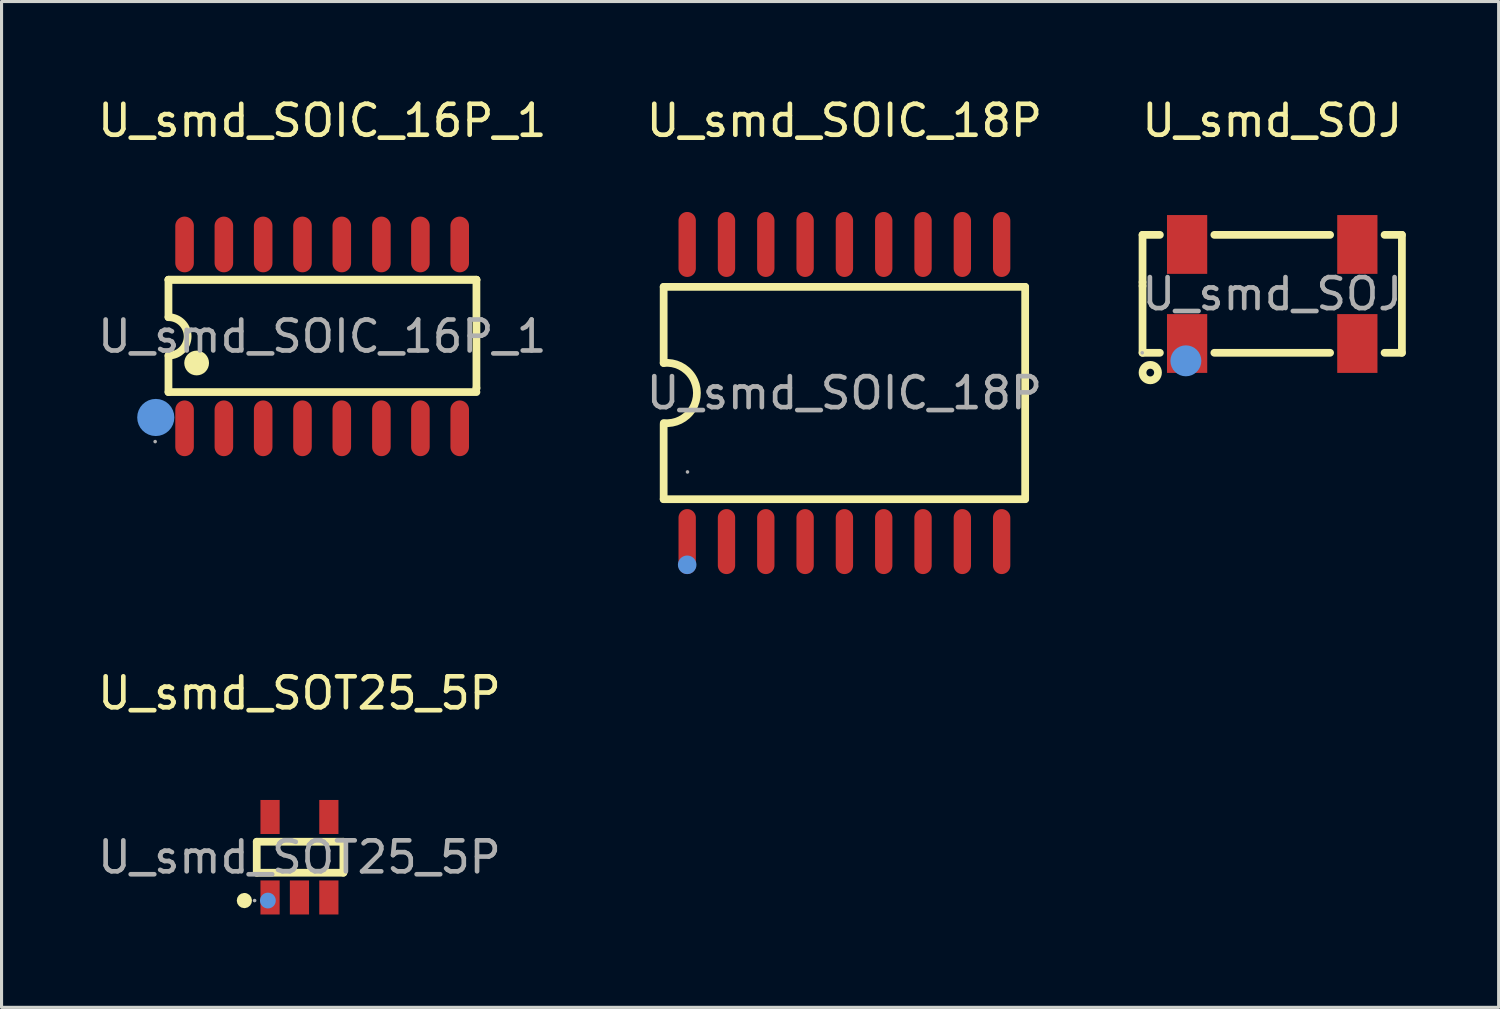
<source format=kicad_pcb>
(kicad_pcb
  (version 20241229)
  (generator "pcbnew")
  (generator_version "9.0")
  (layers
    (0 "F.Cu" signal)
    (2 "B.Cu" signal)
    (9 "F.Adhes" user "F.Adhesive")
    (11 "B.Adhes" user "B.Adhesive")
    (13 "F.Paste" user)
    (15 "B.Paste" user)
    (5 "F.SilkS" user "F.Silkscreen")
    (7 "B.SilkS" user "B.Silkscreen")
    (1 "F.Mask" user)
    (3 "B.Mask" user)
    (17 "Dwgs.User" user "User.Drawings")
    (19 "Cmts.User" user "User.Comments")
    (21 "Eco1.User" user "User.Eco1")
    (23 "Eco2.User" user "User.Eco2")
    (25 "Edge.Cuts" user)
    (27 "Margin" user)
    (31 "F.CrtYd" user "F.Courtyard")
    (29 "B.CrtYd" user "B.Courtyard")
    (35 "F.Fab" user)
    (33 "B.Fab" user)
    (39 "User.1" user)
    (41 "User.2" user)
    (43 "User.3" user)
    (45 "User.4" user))
  (footprint "U_smd_SOT25_5P"
    (layer "F.Cu")
    (at 6.625 24.646)
    (property "Reference" "U_smd_SOT25_5P" (at 0 -5.3 0) (layer "F.SilkS") (effects (font (size 1 1) (thickness 0.15))))
    (attr smd)
    (fp_line (start -1.38 -0.5) (end 1.42 -0.5) (stroke (width 0.25) (type solid)) (layer "F.SilkS"))
    (fp_line (start -1.38 0.5) (end -1.38 -0.5) (stroke (width 0.25) (type solid)) (layer "F.SilkS"))
    (fp_line (start 1.42 -0.5) (end 1.42 0.5) (stroke (width 0.25) (type solid)) (layer "F.SilkS"))
    (fp_line (start 1.42 0.5) (end -1.38 0.5) (stroke (width 0.25) (type solid)) (layer "F.SilkS"))
    (fp_arc (start -1.780034 1.520416) (mid -1.784987 1.279687) (end -1.77 1.52) (stroke (width 0.25) (type solid)) (layer "F.SilkS"))
    (fp_circle (center -1.02 1.4) (end -0.89 1.4) (stroke (width 0.25) (type solid)) (fill no) (layer "Cmts.User"))
    (fp_circle (center -1.45 1.4) (end -1.42 1.4) (stroke (width 0.06) (type solid)) (fill no) (layer "F.Fab"))
    (fp_text user "${REFERENCE}" (at 0 0 0) (layer "F.Fab") (effects (font (size 1 1) (thickness 0.15))))
    (pad "1" smd rect (at -0.95 1.3) (size 0.62 1.1) (layers "F.Cu" "F.Mask" "F.Paste"))
    (pad "2" smd rect (at 0 1.3) (size 0.62 1.1) (layers "F.Cu" "F.Mask" "F.Paste"))
    (pad "3" smd rect (at 0.95 1.3) (size 0.62 1.1) (layers "F.Cu" "F.Mask" "F.Paste"))
    (pad "4" smd rect (at 0.95 -1.3) (size 0.62 1.1) (layers "F.Cu" "F.Mask" "F.Paste"))
    (pad "5" smd rect (at -0.95 -1.3) (size 0.62 1.1) (layers "F.Cu" "F.Mask" "F.Paste")))
  (footprint "U_smd_SOIC_16P_1"
    (layer "F.Cu")
    (at 7.363 7.818)
    (property "Reference" "U_smd_SOIC_16P_1" (at 0 -6.97 0) (layer "F.SilkS") (effects (font (size 1 1) (thickness 0.15))))
    (attr smd)
    (fp_line (start -4.97 -1.83) (end 4.98 -1.83) (stroke (width 0.25) (type solid)) (layer "F.SilkS"))
    (fp_line (start -4.97 -1.83) (end 4.98 -1.83) (stroke (width 0.25) (type solid)) (layer "F.SilkS"))
    (fp_line (start -4.97 -0.62) (end -4.97 -1.83) (stroke (width 0.25) (type solid)) (layer "F.SilkS"))
    (fp_line (start -4.97 0.62) (end -4.97 1.8) (stroke (width 0.25) (type solid)) (layer "F.SilkS"))
    (fp_line (start 4.98 -1.83) (end 4.98 1.67) (stroke (width 0.25) (type solid)) (layer "F.SilkS"))
    (fp_line (start 4.98 1.67) (end 4.98 1.69) (stroke (width 0.25) (type solid)) (layer "F.SilkS"))
    (fp_line (start 4.98 1.8) (end -4.97 1.8) (stroke (width 0.25) (type solid)) (layer "F.SilkS"))
    (fp_arc (start -4.97 -0.62) (mid -4.35 0) (end -4.97 0.62) (stroke (width 0.25) (type solid)) (layer "F.SilkS"))
    (fp_arc (start -4.06 0.86) (mid -4.06 0.86) (end -4.06 0.86) (stroke (width 0.4) (type solid)) (layer "F.SilkS"))
    (fp_circle (center -5.38 2.62) (end -5.08 2.62) (stroke (width 0.6) (type solid)) (fill no) (layer "Cmts.User"))
    (fp_circle (center -5.4 3.4) (end -5.37 3.4) (stroke (width 0.06) (type solid)) (fill no) (layer "F.Fab"))
    (fp_text user "${REFERENCE}" (at 0 0 0) (layer "F.Fab") (effects (font (size 1 1) (thickness 0.15))))
    (pad "1" smd oval (at -4.45 2.97 180) (size 0.6 1.8) (layers "F.Cu" "F.Mask" "F.Paste"))
    (pad "2" smd oval (at -3.18 2.97 180) (size 0.6 1.8) (layers "F.Cu" "F.Mask" "F.Paste"))
    (pad "3" smd oval (at -1.91 2.97 180) (size 0.6 1.8) (layers "F.Cu" "F.Mask" "F.Paste"))
    (pad "4" smd oval (at -0.64 2.97 180) (size 0.6 1.8) (layers "F.Cu" "F.Mask" "F.Paste"))
    (pad "5" smd oval (at 0.63 2.97 180) (size 0.6 1.8) (layers "F.Cu" "F.Mask" "F.Paste"))
    (pad "6" smd oval (at 1.91 2.97 180) (size 0.6 1.8) (layers "F.Cu" "F.Mask" "F.Paste"))
    (pad "7" smd oval (at 3.17 2.97 180) (size 0.6 1.8) (layers "F.Cu" "F.Mask" "F.Paste"))
    (pad "8" smd oval (at 4.44 2.97 180) (size 0.6 1.8) (layers "F.Cu" "F.Mask" "F.Paste"))
    (pad "9" smd oval (at 4.44 -2.97 180) (size 0.6 1.8) (layers "F.Cu" "F.Mask" "F.Paste"))
    (pad "10" smd oval (at 3.17 -2.97 180) (size 0.6 1.8) (layers "F.Cu" "F.Mask" "F.Paste"))
    (pad "11" smd oval (at 1.91 -2.97 180) (size 0.6 1.8) (layers "F.Cu" "F.Mask" "F.Paste"))
    (pad "12" smd oval (at 0.63 -2.97 180) (size 0.6 1.8) (layers "F.Cu" "F.Mask" "F.Paste"))
    (pad "13" smd oval (at -0.64 -2.97 180) (size 0.6 1.8) (layers "F.Cu" "F.Mask" "F.Paste"))
    (pad "14" smd oval (at -1.91 -2.97 180) (size 0.6 1.8) (layers "F.Cu" "F.Mask" "F.Paste"))
    (pad "15" smd oval (at -3.18 -2.97 180) (size 0.6 1.8) (layers "F.Cu" "F.Mask" "F.Paste"))
    (pad "16" smd oval (at -4.45 -2.97 180) (size 0.6 1.8) (layers "F.Cu" "F.Mask" "F.Paste")))
  (footprint "U_smd_SOJ"
    (layer "F.Cu")
    (at 38.054 6.448)
    (property "Reference" "U_smd_SOJ" (at 0 -5.6 0) (layer "F.SilkS") (effects (font (size 1 1) (thickness 0.15))))
    (attr smd)
    (fp_line (start -4.19 -1.91) (end -3.63 -1.91) (stroke (width 0.25) (type solid)) (layer "F.SilkS"))
    (fp_line (start -4.19 -0.38) (end -4.19 -1.91) (stroke (width 0.25) (type solid)) (layer "F.SilkS"))
    (fp_line (start -4.19 -0.26) (end -4.19 -0.38) (stroke (width 0.25) (type solid)) (layer "F.SilkS"))
    (fp_line (start -4.19 1.9) (end -4.19 -0.26) (stroke (width 0.25) (type solid)) (layer "F.SilkS"))
    (fp_line (start -3.63 1.9) (end -4.19 1.9) (stroke (width 0.25) (type solid)) (layer "F.SilkS"))
    (fp_line (start -1.87 -1.91) (end 1.87 -1.91) (stroke (width 0.25) (type solid)) (layer "F.SilkS"))
    (fp_line (start 1.87 1.9) (end -1.87 1.9) (stroke (width 0.25) (type solid)) (layer "F.SilkS"))
    (fp_line (start 3.63 -1.91) (end 4.19 -1.91) (stroke (width 0.25) (type solid)) (layer "F.SilkS"))
    (fp_line (start 4.19 -1.91) (end 4.19 1.9) (stroke (width 0.25) (type solid)) (layer "F.SilkS"))
    (fp_line (start 4.19 1.9) (end 3.63 1.9) (stroke (width 0.25) (type solid)) (layer "F.SilkS"))
    (fp_circle (center -3.94 2.54) (end -3.69 2.54) (stroke (width 0.25) (type solid)) (fill no) (layer "F.SilkS"))
    (fp_circle (center -2.79 2.16) (end -2.54 2.16) (stroke (width 0.5) (type solid)) (fill no) (layer "Cmts.User"))
    (fp_circle (center -4.2 1.9) (end -4.17 1.9) (stroke (width 0.06) (type solid)) (fill no) (layer "F.Fab"))
    (fp_text user "${REFERENCE}" (at 0 0 0) (layer "F.Fab") (effects (font (size 1 1) (thickness 0.15))))
    (pad "1" smd rect (at -2.75 1.6) (size 1.3 1.9) (layers "F.Cu" "F.Mask" "F.Paste"))
    (pad "2" smd rect (at 2.75 1.6) (size 1.3 1.9) (layers "F.Cu" "F.Mask" "F.Paste"))
    (pad "3" smd rect (at 2.75 -1.6) (size 1.3 1.9) (layers "F.Cu" "F.Mask" "F.Paste"))
    (pad "4" smd rect (at -2.75 -1.6) (size 1.3 1.9) (layers "F.Cu" "F.Mask" "F.Paste")))
  (footprint "U_smd_SOIC_18P"
    (layer "F.Cu")
    (at 24.232 9.648)
    (property "Reference" "U_smd_SOIC_18P" (at 0 -8.8 0) (layer "F.SilkS") (effects (font (size 1 1) (thickness 0.15))))
    (attr smd)
    (fp_line (start -5.84 -3.43) (end -5.84 -0.97) (stroke (width 0.25) (type solid)) (layer "F.SilkS"))
    (fp_line (start -5.84 -3.43) (end 5.84 -3.43) (stroke (width 0.25) (type solid)) (layer "F.SilkS"))
    (fp_line (start -5.84 3.43) (end -5.84 1.01) (stroke (width 0.25) (type solid)) (layer "F.SilkS"))
    (fp_line (start 5.84 -3.43) (end 5.84 3.43) (stroke (width 0.25) (type solid)) (layer "F.SilkS"))
    (fp_line (start 5.84 3.43) (end -5.84 3.43) (stroke (width 0.25) (type solid)) (layer "F.SilkS"))
    (fp_arc (start -5.84 -0.97) (mid -4.76486 -0.001634) (end -5.836749 0.97033) (stroke (width 0.25) (type solid)) (layer "F.SilkS"))
    (fp_circle (center -5.08 5.55) (end -4.93 5.55) (stroke (width 0.3) (type solid)) (fill no) (layer "Cmts.User"))
    (fp_circle (center -5.07 2.55) (end -5.04 2.55) (stroke (width 0.06) (type solid)) (fill no) (layer "F.Fab"))
    (fp_text user "${REFERENCE}" (at 0 0 0) (layer "F.Fab") (effects (font (size 1 1) (thickness 0.15))))
    (pad "1" smd oval (at -5.08 4.8) (size 0.56 2.1) (layers "F.Cu" "F.Mask" "F.Paste"))
    (pad "2" smd oval (at -3.81 4.8) (size 0.56 2.1) (layers "F.Cu" "F.Mask" "F.Paste"))
    (pad "3" smd oval (at -2.54 4.8) (size 0.56 2.1) (layers "F.Cu" "F.Mask" "F.Paste"))
    (pad "4" smd oval (at -1.27 4.8) (size 0.56 2.1) (layers "F.Cu" "F.Mask" "F.Paste"))
    (pad "5" smd oval (at 0 4.8) (size 0.56 2.1) (layers "F.Cu" "F.Mask" "F.Paste"))
    (pad "6" smd oval (at 1.27 4.8) (size 0.56 2.1) (layers "F.Cu" "F.Mask" "F.Paste"))
    (pad "7" smd oval (at 2.54 4.8) (size 0.56 2.1) (layers "F.Cu" "F.Mask" "F.Paste"))
    (pad "8" smd oval (at 3.81 4.8) (size 0.56 2.1) (layers "F.Cu" "F.Mask" "F.Paste"))
    (pad "9" smd oval (at 5.08 4.8) (size 0.56 2.1) (layers "F.Cu" "F.Mask" "F.Paste"))
    (pad "10" smd oval (at 5.08 -4.8) (size 0.56 2.1) (layers "F.Cu" "F.Mask" "F.Paste"))
    (pad "11" smd oval (at 3.81 -4.8) (size 0.56 2.1) (layers "F.Cu" "F.Mask" "F.Paste"))
    (pad "12" smd oval (at 2.54 -4.8) (size 0.56 2.1) (layers "F.Cu" "F.Mask" "F.Paste"))
    (pad "13" smd oval (at 1.27 -4.8) (size 0.56 2.1) (layers "F.Cu" "F.Mask" "F.Paste"))
    (pad "14" smd oval (at 0 -4.8) (size 0.56 2.1) (layers "F.Cu" "F.Mask" "F.Paste"))
    (pad "15" smd oval (at -1.27 -4.8) (size 0.56 2.1) (layers "F.Cu" "F.Mask" "F.Paste"))
    (pad "16" smd oval (at -2.54 -4.8) (size 0.56 2.1) (layers "F.Cu" "F.Mask" "F.Paste"))
    (pad "17" smd oval (at -3.81 -4.8) (size 0.56 2.1) (layers "F.Cu" "F.Mask" "F.Paste"))
    (pad "18" smd oval (at -5.08 -4.8) (size 0.56 2.1) (layers "F.Cu" "F.Mask" "F.Paste")))
  (gr_rect
    (start -3 -3)
    (end 45.369 29.497)
    (stroke (width 0.1) (type default))
    (fill no)
    (layer "Edge.Cuts")))
</source>
